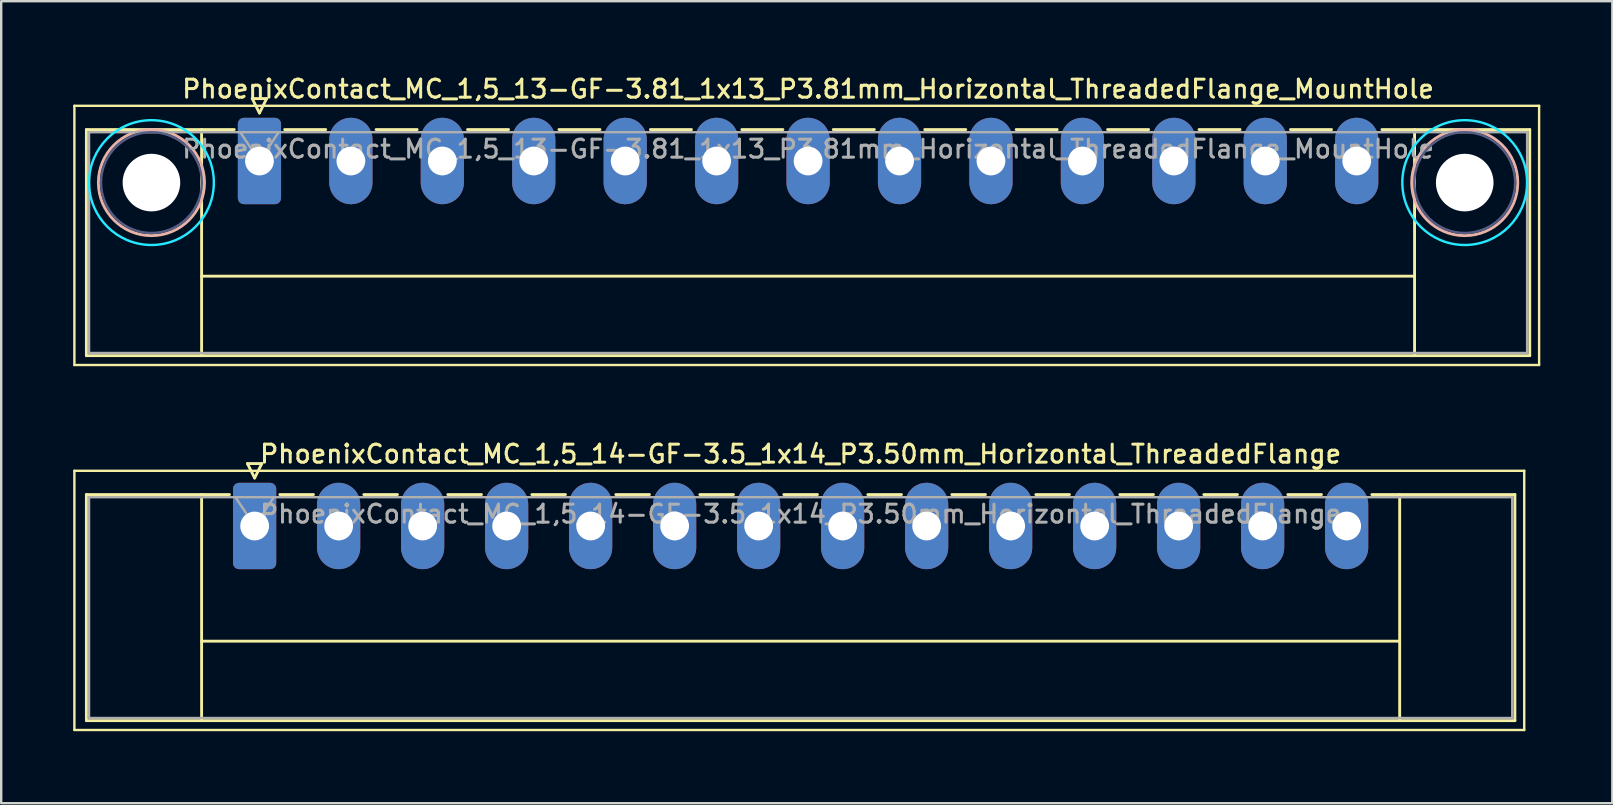
<source format=kicad_pcb>
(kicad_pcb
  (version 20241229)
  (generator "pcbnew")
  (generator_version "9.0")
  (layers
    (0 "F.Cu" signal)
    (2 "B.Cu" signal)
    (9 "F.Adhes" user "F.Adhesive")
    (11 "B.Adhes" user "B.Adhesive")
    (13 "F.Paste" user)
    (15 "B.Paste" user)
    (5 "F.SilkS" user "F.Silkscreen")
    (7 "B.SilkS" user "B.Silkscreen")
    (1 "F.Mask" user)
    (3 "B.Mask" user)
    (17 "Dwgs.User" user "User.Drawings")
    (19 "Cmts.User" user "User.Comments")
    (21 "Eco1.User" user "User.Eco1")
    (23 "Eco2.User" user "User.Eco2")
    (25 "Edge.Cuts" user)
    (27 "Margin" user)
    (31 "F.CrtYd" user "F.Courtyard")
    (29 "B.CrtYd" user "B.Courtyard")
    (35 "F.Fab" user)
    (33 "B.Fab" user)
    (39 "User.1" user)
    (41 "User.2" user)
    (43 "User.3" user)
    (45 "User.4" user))
  (footprint "PhoenixContact_MC_1,5_13-GF-3.81_1x13_P3.81mm_Horizontal_ThreadedFlange_MountHole"
    (layer "F.Cu")
    (at 7.76 3.658)
    (property "Reference" "PhoenixContact_MC_1,5_13-GF-3.81_1x13_P3.81mm_Horizontal_ThreadedFlange_MountHole" (at 22.86 -3 0) (layer "F.SilkS") (effects (font (size 0.75 0.75) (thickness 0.125))))
    (attr through_hole)
    (fp_line (start -7.71 -2.3) (end -7.71 8.5) (stroke (width 0.1) (type solid)) (layer "F.SilkS"))
    (fp_line (start -7.71 8.5) (end 53.32 8.5) (stroke (width 0.1) (type solid)) (layer "F.SilkS"))
    (fp_line (start -7.21 -1.31) (end -7.21 8.11) (stroke (width 0.12) (type solid)) (layer "F.SilkS"))
    (fp_line (start -7.21 -1.31) (end -1.05 -1.31) (stroke (width 0.12) (type solid)) (layer "F.SilkS"))
    (fp_line (start -7.21 8.11) (end 52.93 8.11) (stroke (width 0.12) (type solid)) (layer "F.SilkS"))
    (fp_line (start -2.41 -1.31) (end -2.41 8.11) (stroke (width 0.12) (type solid)) (layer "F.SilkS"))
    (fp_line (start -2.41 4.8) (end 48.13 4.8) (stroke (width 0.12) (type solid)) (layer "F.SilkS"))
    (fp_line (start -0.3 -2.6) (end 0.3 -2.6) (stroke (width 0.12) (type solid)) (layer "F.SilkS"))
    (fp_line (start 0 -2) (end -0.3 -2.6) (stroke (width 0.12) (type solid)) (layer "F.SilkS"))
    (fp_line (start 0.3 -2.6) (end 0 -2) (stroke (width 0.12) (type solid)) (layer "F.SilkS"))
    (fp_line (start 1.05 -1.31) (end 2.76 -1.31) (stroke (width 0.12) (type solid)) (layer "F.SilkS"))
    (fp_line (start 4.86 -1.31) (end 6.57 -1.31) (stroke (width 0.12) (type solid)) (layer "F.SilkS"))
    (fp_line (start 8.67 -1.31) (end 10.38 -1.31) (stroke (width 0.12) (type solid)) (layer "F.SilkS"))
    (fp_line (start 12.48 -1.31) (end 14.19 -1.31) (stroke (width 0.12) (type solid)) (layer "F.SilkS"))
    (fp_line (start 16.29 -1.31) (end 18 -1.31) (stroke (width 0.12) (type solid)) (layer "F.SilkS"))
    (fp_line (start 20.1 -1.31) (end 21.81 -1.31) (stroke (width 0.12) (type solid)) (layer "F.SilkS"))
    (fp_line (start 23.91 -1.31) (end 25.62 -1.31) (stroke (width 0.12) (type solid)) (layer "F.SilkS"))
    (fp_line (start 27.72 -1.31) (end 29.43 -1.31) (stroke (width 0.12) (type solid)) (layer "F.SilkS"))
    (fp_line (start 31.53 -1.31) (end 33.24 -1.31) (stroke (width 0.12) (type solid)) (layer "F.SilkS"))
    (fp_line (start 35.34 -1.31) (end 37.05 -1.31) (stroke (width 0.12) (type solid)) (layer "F.SilkS"))
    (fp_line (start 39.15 -1.31) (end 40.86 -1.31) (stroke (width 0.12) (type solid)) (layer "F.SilkS"))
    (fp_line (start 42.96 -1.31) (end 44.67 -1.31) (stroke (width 0.12) (type solid)) (layer "F.SilkS"))
    (fp_line (start 48.13 -1.31) (end 48.13 8.11) (stroke (width 0.12) (type solid)) (layer "F.SilkS"))
    (fp_line (start 52.93 -1.31) (end 46.77 -1.31) (stroke (width 0.12) (type solid)) (layer "F.SilkS"))
    (fp_line (start 52.93 8.11) (end 52.93 -1.31) (stroke (width 0.12) (type solid)) (layer "F.SilkS"))
    (fp_line (start 53.32 -2.3) (end -7.71 -2.3) (stroke (width 0.1) (type solid)) (layer "F.SilkS"))
    (fp_line (start 53.32 8.5) (end 53.32 -2.3) (stroke (width 0.1) (type solid)) (layer "F.SilkS"))
    (fp_circle (center -4.5 0.9) (end -2.29 0.9) (stroke (width 0.12) (type solid)) (fill no) (layer "B.SilkS"))
    (fp_circle (center 50.22 0.9) (end 52.43 0.9) (stroke (width 0.12) (type solid)) (fill no) (layer "B.SilkS"))
    (fp_circle (center -4.5 0.9) (end -1.9 0.9) (stroke (width 0.1) (type solid)) (fill no) (layer "B.CrtYd"))
    (fp_circle (center 50.22 0.9) (end 52.82 0.9) (stroke (width 0.1) (type solid)) (fill no) (layer "B.CrtYd"))
    (fp_circle (center -4.5 0.9) (end -2.4 0.9) (stroke (width 0.1) (type solid)) (fill no) (layer "B.Fab"))
    (fp_circle (center 50.22 0.9) (end 52.32 0.9) (stroke (width 0.1) (type solid)) (fill no) (layer "B.Fab"))
    (fp_line (start -7.1 -1.2) (end -7.1 8) (stroke (width 0.1) (type solid)) (layer "F.Fab"))
    (fp_line (start -7.1 8) (end 52.82 8) (stroke (width 0.1) (type solid)) (layer "F.Fab"))
    (fp_line (start 0 0) (end -0.8 -1.2) (stroke (width 0.1) (type solid)) (layer "F.Fab"))
    (fp_line (start 0.8 -1.2) (end 0 0) (stroke (width 0.1) (type solid)) (layer "F.Fab"))
    (fp_line (start 52.82 -1.2) (end -7.1 -1.2) (stroke (width 0.1) (type solid)) (layer "F.Fab"))
    (fp_line (start 52.82 8) (end 52.82 -1.2) (stroke (width 0.1) (type solid)) (layer "F.Fab"))
    (fp_text user "${REFERENCE}" (at 22.86 -0.5 0) (layer "F.Fab") (effects (font (size 0.75 0.75) (thickness 0.125))))
    (pad "" np_thru_hole circle (at -4.5 0.9) (size 2.4 2.4) (drill 2.4) (layers "*.Cu" "*.Mask"))
    (pad "" np_thru_hole circle (at 50.22 0.9) (size 2.4 2.4) (drill 2.4) (layers "*.Cu" "*.Mask"))
    (pad "1" thru_hole roundrect (at 0 0) (size 1.8 3.6) (drill 1.2) (layers "*.Cu" "*.Mask") (roundrect_rratio 0.139))
    (pad "2" thru_hole oval (at 3.81 0) (size 1.8 3.6) (drill 1.2) (layers "*.Cu" "*.Mask"))
    (pad "3" thru_hole oval (at 7.62 0) (size 1.8 3.6) (drill 1.2) (layers "*.Cu" "*.Mask"))
    (pad "4" thru_hole oval (at 11.43 0) (size 1.8 3.6) (drill 1.2) (layers "*.Cu" "*.Mask"))
    (pad "5" thru_hole oval (at 15.24 0) (size 1.8 3.6) (drill 1.2) (layers "*.Cu" "*.Mask"))
    (pad "6" thru_hole oval (at 19.05 0) (size 1.8 3.6) (drill 1.2) (layers "*.Cu" "*.Mask"))
    (pad "7" thru_hole oval (at 22.86 0) (size 1.8 3.6) (drill 1.2) (layers "*.Cu" "*.Mask"))
    (pad "8" thru_hole oval (at 26.67 0) (size 1.8 3.6) (drill 1.2) (layers "*.Cu" "*.Mask"))
    (pad "9" thru_hole oval (at 30.48 0) (size 1.8 3.6) (drill 1.2) (layers "*.Cu" "*.Mask"))
    (pad "10" thru_hole oval (at 34.29 0) (size 1.8 3.6) (drill 1.2) (layers "*.Cu" "*.Mask"))
    (pad "11" thru_hole oval (at 38.1 0) (size 1.8 3.6) (drill 1.2) (layers "*.Cu" "*.Mask"))
    (pad "12" thru_hole oval (at 41.91 0) (size 1.8 3.6) (drill 1.2) (layers "*.Cu" "*.Mask"))
    (pad "13" thru_hole oval (at 45.72 0) (size 1.8 3.6) (drill 1.2) (layers "*.Cu" "*.Mask")))
  (footprint "PhoenixContact_MC_1,5_14-GF-3.5_1x14_P3.50mm_Horizontal_ThreadedFlange"
    (layer "F.Cu")
    (at 7.56 18.866)
    (property "Reference" "PhoenixContact_MC_1,5_14-GF-3.5_1x14_P3.50mm_Horizontal_ThreadedFlange" (at 22.75 -3 0) (layer "F.SilkS") (effects (font (size 0.75 0.75) (thickness 0.125))))
    (attr through_hole)
    (fp_line (start -7.51 -2.3) (end -7.51 8.5) (stroke (width 0.1) (type solid)) (layer "F.SilkS"))
    (fp_line (start -7.51 8.5) (end 52.9 8.5) (stroke (width 0.1) (type solid)) (layer "F.SilkS"))
    (fp_line (start -7.01 -1.31) (end -7.01 8.11) (stroke (width 0.12) (type solid)) (layer "F.SilkS"))
    (fp_line (start -7.01 -1.31) (end -1.05 -1.31) (stroke (width 0.12) (type solid)) (layer "F.SilkS"))
    (fp_line (start -7.01 8.11) (end 52.51 8.11) (stroke (width 0.12) (type solid)) (layer "F.SilkS"))
    (fp_line (start -2.21 -1.31) (end -2.21 8.11) (stroke (width 0.12) (type solid)) (layer "F.SilkS"))
    (fp_line (start -2.21 4.8) (end 47.71 4.8) (stroke (width 0.12) (type solid)) (layer "F.SilkS"))
    (fp_line (start -0.3 -2.6) (end 0.3 -2.6) (stroke (width 0.12) (type solid)) (layer "F.SilkS"))
    (fp_line (start 0 -2) (end -0.3 -2.6) (stroke (width 0.12) (type solid)) (layer "F.SilkS"))
    (fp_line (start 0.3 -2.6) (end 0 -2) (stroke (width 0.12) (type solid)) (layer "F.SilkS"))
    (fp_line (start 1.05 -1.31) (end 2.45 -1.31) (stroke (width 0.12) (type solid)) (layer "F.SilkS"))
    (fp_line (start 4.55 -1.31) (end 5.95 -1.31) (stroke (width 0.12) (type solid)) (layer "F.SilkS"))
    (fp_line (start 8.05 -1.31) (end 9.45 -1.31) (stroke (width 0.12) (type solid)) (layer "F.SilkS"))
    (fp_line (start 11.55 -1.31) (end 12.95 -1.31) (stroke (width 0.12) (type solid)) (layer "F.SilkS"))
    (fp_line (start 15.05 -1.31) (end 16.45 -1.31) (stroke (width 0.12) (type solid)) (layer "F.SilkS"))
    (fp_line (start 18.55 -1.31) (end 19.95 -1.31) (stroke (width 0.12) (type solid)) (layer "F.SilkS"))
    (fp_line (start 22.05 -1.31) (end 23.45 -1.31) (stroke (width 0.12) (type solid)) (layer "F.SilkS"))
    (fp_line (start 25.55 -1.31) (end 26.95 -1.31) (stroke (width 0.12) (type solid)) (layer "F.SilkS"))
    (fp_line (start 29.05 -1.31) (end 30.45 -1.31) (stroke (width 0.12) (type solid)) (layer "F.SilkS"))
    (fp_line (start 32.55 -1.31) (end 33.95 -1.31) (stroke (width 0.12) (type solid)) (layer "F.SilkS"))
    (fp_line (start 36.05 -1.31) (end 37.45 -1.31) (stroke (width 0.12) (type solid)) (layer "F.SilkS"))
    (fp_line (start 39.55 -1.31) (end 40.95 -1.31) (stroke (width 0.12) (type solid)) (layer "F.SilkS"))
    (fp_line (start 43.05 -1.31) (end 44.45 -1.31) (stroke (width 0.12) (type solid)) (layer "F.SilkS"))
    (fp_line (start 47.71 -1.31) (end 47.71 8.11) (stroke (width 0.12) (type solid)) (layer "F.SilkS"))
    (fp_line (start 52.51 -1.31) (end 46.55 -1.31) (stroke (width 0.12) (type solid)) (layer "F.SilkS"))
    (fp_line (start 52.51 8.11) (end 52.51 -1.31) (stroke (width 0.12) (type solid)) (layer "F.SilkS"))
    (fp_line (start 52.9 -2.3) (end -7.51 -2.3) (stroke (width 0.1) (type solid)) (layer "F.SilkS"))
    (fp_line (start 52.9 8.5) (end 52.9 -2.3) (stroke (width 0.1) (type solid)) (layer "F.SilkS"))
    (fp_line (start -6.9 -1.2) (end -6.9 8) (stroke (width 0.1) (type solid)) (layer "F.Fab"))
    (fp_line (start -6.9 8) (end 52.4 8) (stroke (width 0.1) (type solid)) (layer "F.Fab"))
    (fp_line (start 0 0) (end -0.8 -1.2) (stroke (width 0.1) (type solid)) (layer "F.Fab"))
    (fp_line (start 0.8 -1.2) (end 0 0) (stroke (width 0.1) (type solid)) (layer "F.Fab"))
    (fp_line (start 52.4 -1.2) (end -6.9 -1.2) (stroke (width 0.1) (type solid)) (layer "F.Fab"))
    (fp_line (start 52.4 8) (end 52.4 -1.2) (stroke (width 0.1) (type solid)) (layer "F.Fab"))
    (fp_text user "${REFERENCE}" (at 22.75 -0.5 0) (layer "F.Fab") (effects (font (size 0.75 0.75) (thickness 0.125))))
    (pad "1" thru_hole roundrect (at 0 0) (size 1.8 3.6) (drill 1.2) (layers "*.Cu" "*.Mask") (roundrect_rratio 0.139))
    (pad "2" thru_hole oval (at 3.5 0) (size 1.8 3.6) (drill 1.2) (layers "*.Cu" "*.Mask"))
    (pad "3" thru_hole oval (at 7 0) (size 1.8 3.6) (drill 1.2) (layers "*.Cu" "*.Mask"))
    (pad "4" thru_hole oval (at 10.5 0) (size 1.8 3.6) (drill 1.2) (layers "*.Cu" "*.Mask"))
    (pad "5" thru_hole oval (at 14 0) (size 1.8 3.6) (drill 1.2) (layers "*.Cu" "*.Mask"))
    (pad "6" thru_hole oval (at 17.5 0) (size 1.8 3.6) (drill 1.2) (layers "*.Cu" "*.Mask"))
    (pad "7" thru_hole oval (at 21 0) (size 1.8 3.6) (drill 1.2) (layers "*.Cu" "*.Mask"))
    (pad "8" thru_hole oval (at 24.5 0) (size 1.8 3.6) (drill 1.2) (layers "*.Cu" "*.Mask"))
    (pad "9" thru_hole oval (at 28 0) (size 1.8 3.6) (drill 1.2) (layers "*.Cu" "*.Mask"))
    (pad "10" thru_hole oval (at 31.5 0) (size 1.8 3.6) (drill 1.2) (layers "*.Cu" "*.Mask"))
    (pad "11" thru_hole oval (at 35 0) (size 1.8 3.6) (drill 1.2) (layers "*.Cu" "*.Mask"))
    (pad "12" thru_hole oval (at 38.5 0) (size 1.8 3.6) (drill 1.2) (layers "*.Cu" "*.Mask"))
    (pad "13" thru_hole oval (at 42 0) (size 1.8 3.6) (drill 1.2) (layers "*.Cu" "*.Mask"))
    (pad "14" thru_hole oval (at 45.5 0) (size 1.8 3.6) (drill 1.2) (layers "*.Cu" "*.Mask")))
  (gr_rect
    (start -3 -3)
    (end 64.13 30.416)
    (stroke (width 0.1) (type default))
    (fill no)
    (layer "Edge.Cuts")))
</source>
